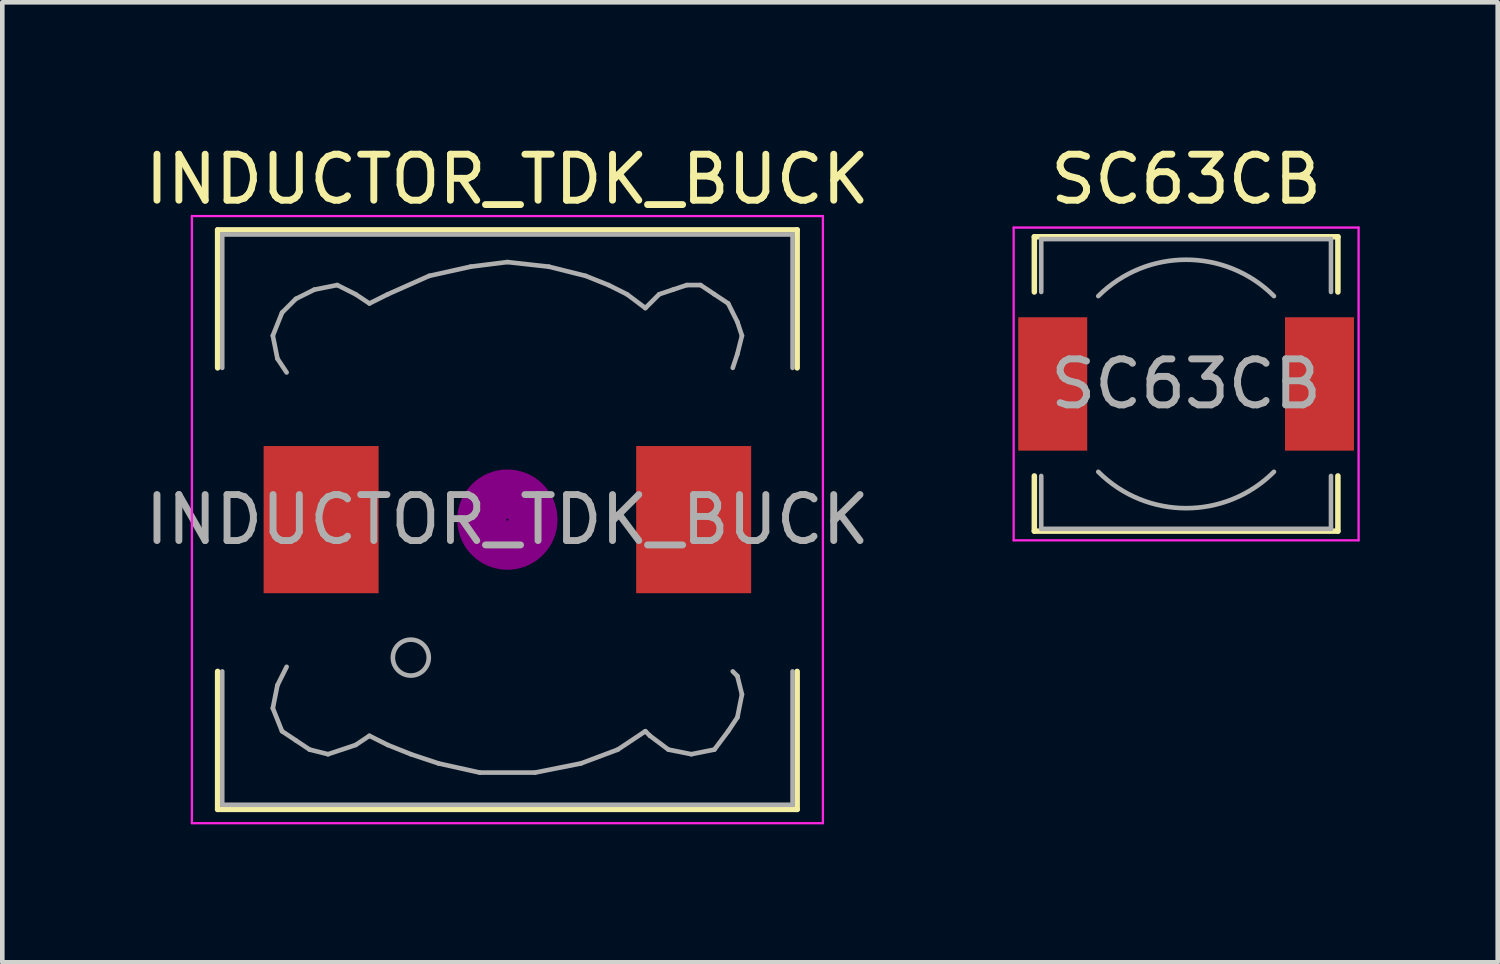
<source format=kicad_pcb>
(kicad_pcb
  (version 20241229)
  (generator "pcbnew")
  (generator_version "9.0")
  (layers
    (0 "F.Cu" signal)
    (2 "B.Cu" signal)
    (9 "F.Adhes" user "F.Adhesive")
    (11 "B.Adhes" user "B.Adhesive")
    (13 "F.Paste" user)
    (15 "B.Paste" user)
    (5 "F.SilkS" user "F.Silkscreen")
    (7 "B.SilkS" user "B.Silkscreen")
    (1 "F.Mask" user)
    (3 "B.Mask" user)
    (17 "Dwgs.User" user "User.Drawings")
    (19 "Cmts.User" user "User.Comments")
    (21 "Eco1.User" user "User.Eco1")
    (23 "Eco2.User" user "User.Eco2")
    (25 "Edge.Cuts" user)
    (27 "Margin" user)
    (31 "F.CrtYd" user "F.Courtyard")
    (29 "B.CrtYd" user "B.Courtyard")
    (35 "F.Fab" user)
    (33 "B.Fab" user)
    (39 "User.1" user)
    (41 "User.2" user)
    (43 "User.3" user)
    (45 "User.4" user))
  (footprint "SC63CB"
    (layer "F.Cu")
    (at 22.739 5.298)
    (property "Reference" "SC63CB" (at 0 -4.45 0) (layer "F.SilkS") (effects (font (size 1 1) (thickness 0.15))))
    (attr smd)
    (fp_line (start -3.3 -3.2) (end 3.3 -3.2) (stroke (width 0.12) (type solid)) (layer "F.SilkS"))
    (fp_line (start -3.3 -2) (end -3.3 -3.2) (stroke (width 0.12) (type solid)) (layer "F.SilkS"))
    (fp_line (start -3.3 3.2) (end -3.3 2) (stroke (width 0.12) (type solid)) (layer "F.SilkS"))
    (fp_line (start 3.3 -3.2) (end 3.3 -2) (stroke (width 0.12) (type solid)) (layer "F.SilkS"))
    (fp_line (start 3.3 2) (end 3.3 3.2) (stroke (width 0.12) (type solid)) (layer "F.SilkS"))
    (fp_line (start 3.3 3.2) (end -3.3 3.2) (stroke (width 0.12) (type solid)) (layer "F.SilkS"))
    (fp_line (start -3.75 -3.4) (end -3.75 3.4) (stroke (width 0.05) (type solid)) (layer "F.CrtYd"))
    (fp_line (start -3.75 3.4) (end 3.75 3.4) (stroke (width 0.05) (type solid)) (layer "F.CrtYd"))
    (fp_line (start 3.75 -3.4) (end -3.75 -3.4) (stroke (width 0.05) (type solid)) (layer "F.CrtYd"))
    (fp_line (start 3.75 3.4) (end 3.75 -3.4) (stroke (width 0.05) (type solid)) (layer "F.CrtYd"))
    (fp_line (start -3.15 -3.15) (end -3.15 -2) (stroke (width 0.1) (type solid)) (layer "F.Fab"))
    (fp_line (start -3.15 -3.15) (end 3.15 -3.15) (stroke (width 0.1) (type solid)) (layer "F.Fab"))
    (fp_line (start -3.15 3.15) (end -3.15 2) (stroke (width 0.1) (type solid)) (layer "F.Fab"))
    (fp_line (start -3.15 3.15) (end 3.15 3.15) (stroke (width 0.1) (type solid)) (layer "F.Fab"))
    (fp_line (start 3.15 -3.15) (end 3.15 -2) (stroke (width 0.1) (type solid)) (layer "F.Fab"))
    (fp_line (start 3.15 3.15) (end 3.15 2) (stroke (width 0.1) (type solid)) (layer "F.Fab"))
    (fp_arc (start -1.91 -1.91) (mid 0 -2.701148) (end 1.91 -1.91) (stroke (width 0.1) (type solid)) (layer "F.Fab"))
    (fp_arc (start 1.91 1.91) (mid 0 2.701148) (end -1.91 1.91) (stroke (width 0.1) (type solid)) (layer "F.Fab"))
    (fp_text user "${REFERENCE}" (at 0 0 0) (layer "F.Fab") (effects (font (size 1 1) (thickness 0.15))))
    (pad "1" smd rect (at -2.9 0) (size 1.5 2.9) (layers "F.Cu" "F.Mask" "F.Paste"))
    (pad "2" smd rect (at 2.9 0) (size 1.5 2.9) (layers "F.Cu" "F.Mask" "F.Paste")))
  (footprint "INDUCTOR_TDK_BUCK"
    (layer "F.Cu")
    (at 7.982 8.248)
    (property "Reference" "INDUCTOR_TDK_BUCK" (at 0 -7.4 0) (layer "F.SilkS") (effects (font (size 1 1) (thickness 0.15))))
    (attr smd)
    (fp_line (start -6.3 -6.3) (end 6.3 -6.3) (stroke (width 0.12) (type solid)) (layer "F.SilkS"))
    (fp_line (start -6.3 -3.3) (end -6.3 -6.3) (stroke (width 0.12) (type solid)) (layer "F.SilkS"))
    (fp_line (start -6.3 6.3) (end -6.3 3.3) (stroke (width 0.12) (type solid)) (layer "F.SilkS"))
    (fp_line (start 6.3 -6.3) (end 6.3 -3.3) (stroke (width 0.12) (type solid)) (layer "F.SilkS"))
    (fp_line (start 6.3 3.3) (end 6.3 6.3) (stroke (width 0.12) (type solid)) (layer "F.SilkS"))
    (fp_line (start 6.3 6.3) (end -6.3 6.3) (stroke (width 0.12) (type solid)) (layer "F.SilkS"))
    (fp_circle (center 0 0) (end 0.15 0.15) (stroke (width 0.38) (type solid)) (fill no) (layer "F.Adhes"))
    (fp_circle (center 0 0) (end 0.55 0) (stroke (width 0.38) (type solid)) (fill no) (layer "F.Adhes"))
    (fp_circle (center 0 0) (end 0.9 0) (stroke (width 0.38) (type solid)) (fill no) (layer "F.Adhes"))
    (fp_line (start -6.86 -6.6) (end 6.86 -6.6) (stroke (width 0.05) (type solid)) (layer "F.CrtYd"))
    (fp_line (start -6.86 6.6) (end -6.86 -6.6) (stroke (width 0.05) (type solid)) (layer "F.CrtYd"))
    (fp_line (start 6.86 -6.6) (end 6.86 6.6) (stroke (width 0.05) (type solid)) (layer "F.CrtYd"))
    (fp_line (start 6.86 6.6) (end -6.86 6.6) (stroke (width 0.05) (type solid)) (layer "F.CrtYd"))
    (fp_line (start -6.2 -6.2) (end -6.2 -3.3) (stroke (width 0.1) (type solid)) (layer "F.Fab"))
    (fp_line (start -6.2 3.3) (end -6.2 6.2) (stroke (width 0.1) (type solid)) (layer "F.Fab"))
    (fp_line (start -6.2 6.2) (end 6.2 6.2) (stroke (width 0.1) (type solid)) (layer "F.Fab"))
    (fp_line (start -5.1 -4) (end -5 -3.5) (stroke (width 0.1) (type solid)) (layer "F.Fab"))
    (fp_line (start -5.1 4.1) (end -5 3.6) (stroke (width 0.1) (type solid)) (layer "F.Fab"))
    (fp_line (start -5 -3.5) (end -4.8 -3.2) (stroke (width 0.1) (type solid)) (layer "F.Fab"))
    (fp_line (start -5 3.6) (end -4.8 3.2) (stroke (width 0.1) (type solid)) (layer "F.Fab"))
    (fp_line (start -4.9 -4.5) (end -5.1 -4) (stroke (width 0.1) (type solid)) (layer "F.Fab"))
    (fp_line (start -4.9 4.6) (end -5.1 4.1) (stroke (width 0.1) (type solid)) (layer "F.Fab"))
    (fp_line (start -4.6 -4.8) (end -4.9 -4.5) (stroke (width 0.1) (type solid)) (layer "F.Fab"))
    (fp_line (start -4.6 4.8) (end -4.9 4.6) (stroke (width 0.1) (type solid)) (layer "F.Fab"))
    (fp_line (start -4.3 5) (end -4.6 4.8) (stroke (width 0.1) (type solid)) (layer "F.Fab"))
    (fp_line (start -4.2 -5) (end -4.6 -4.8) (stroke (width 0.1) (type solid)) (layer "F.Fab"))
    (fp_line (start -3.9 5.1) (end -4.3 5) (stroke (width 0.1) (type solid)) (layer "F.Fab"))
    (fp_line (start -3.7 -5.1) (end -4.2 -5) (stroke (width 0.1) (type solid)) (layer "F.Fab"))
    (fp_line (start -3.3 -4.9) (end -3.7 -5.1) (stroke (width 0.1) (type solid)) (layer "F.Fab"))
    (fp_line (start -3.3 4.9) (end -3.9 5.1) (stroke (width 0.1) (type solid)) (layer "F.Fab"))
    (fp_line (start -3 -4.7) (end -3.3 -4.9) (stroke (width 0.1) (type solid)) (layer "F.Fab"))
    (fp_line (start -3 4.7) (end -3.3 4.9) (stroke (width 0.1) (type solid)) (layer "F.Fab"))
    (fp_line (start -2.6 -4.9) (end -3 -4.7) (stroke (width 0.1) (type solid)) (layer "F.Fab"))
    (fp_line (start -2.6 4.9) (end -3 4.7) (stroke (width 0.1) (type solid)) (layer "F.Fab"))
    (fp_line (start -2.1 5.1) (end -2.6 4.9) (stroke (width 0.1) (type solid)) (layer "F.Fab"))
    (fp_line (start -1.7 -5.3) (end -2.6 -4.9) (stroke (width 0.1) (type solid)) (layer "F.Fab"))
    (fp_line (start -1.5 5.3) (end -2.1 5.1) (stroke (width 0.1) (type solid)) (layer "F.Fab"))
    (fp_line (start -0.8 -5.5) (end -1.7 -5.3) (stroke (width 0.1) (type solid)) (layer "F.Fab"))
    (fp_line (start -0.6 5.5) (end -1.5 5.3) (stroke (width 0.1) (type solid)) (layer "F.Fab"))
    (fp_line (start 0 -5.6) (end -0.8 -5.5) (stroke (width 0.1) (type solid)) (layer "F.Fab"))
    (fp_line (start 0.6 5.5) (end -0.6 5.5) (stroke (width 0.1) (type solid)) (layer "F.Fab"))
    (fp_line (start 0.9 -5.5) (end 0 -5.6) (stroke (width 0.1) (type solid)) (layer "F.Fab"))
    (fp_line (start 1.6 5.3) (end 0.6 5.5) (stroke (width 0.1) (type solid)) (layer "F.Fab"))
    (fp_line (start 1.7 -5.3) (end 0.9 -5.5) (stroke (width 0.1) (type solid)) (layer "F.Fab"))
    (fp_line (start 2.2 -5.1) (end 1.7 -5.3) (stroke (width 0.1) (type solid)) (layer "F.Fab"))
    (fp_line (start 2.4 5) (end 1.6 5.3) (stroke (width 0.1) (type solid)) (layer "F.Fab"))
    (fp_line (start 2.6 -4.9) (end 2.2 -5.1) (stroke (width 0.1) (type solid)) (layer "F.Fab"))
    (fp_line (start 3 -4.6) (end 2.6 -4.9) (stroke (width 0.1) (type solid)) (layer "F.Fab"))
    (fp_line (start 3 4.6) (end 2.4 5) (stroke (width 0.1) (type solid)) (layer "F.Fab"))
    (fp_line (start 3.1 4.7) (end 3 4.6) (stroke (width 0.1) (type solid)) (layer "F.Fab"))
    (fp_line (start 3.3 -4.9) (end 3 -4.6) (stroke (width 0.1) (type solid)) (layer "F.Fab"))
    (fp_line (start 3.5 5) (end 3.1 4.7) (stroke (width 0.1) (type solid)) (layer "F.Fab"))
    (fp_line (start 3.6 -5) (end 3.3 -4.9) (stroke (width 0.1) (type solid)) (layer "F.Fab"))
    (fp_line (start 3.9 -5.1) (end 3.6 -5) (stroke (width 0.1) (type solid)) (layer "F.Fab"))
    (fp_line (start 4 5.1) (end 3.5 5) (stroke (width 0.1) (type solid)) (layer "F.Fab"))
    (fp_line (start 4.2 -5.1) (end 3.9 -5.1) (stroke (width 0.1) (type solid)) (layer "F.Fab"))
    (fp_line (start 4.5 -4.9) (end 4.2 -5.1) (stroke (width 0.1) (type solid)) (layer "F.Fab"))
    (fp_line (start 4.5 5) (end 4 5.1) (stroke (width 0.1) (type solid)) (layer "F.Fab"))
    (fp_line (start 4.8 -4.7) (end 4.5 -4.9) (stroke (width 0.1) (type solid)) (layer "F.Fab"))
    (fp_line (start 4.8 4.6) (end 4.5 5) (stroke (width 0.1) (type solid)) (layer "F.Fab"))
    (fp_line (start 4.9 -3.3) (end 5 -3.6) (stroke (width 0.1) (type solid)) (layer "F.Fab"))
    (fp_line (start 4.9 3.3) (end 5 3.4) (stroke (width 0.1) (type solid)) (layer "F.Fab"))
    (fp_line (start 5 -4.3) (end 4.8 -4.7) (stroke (width 0.1) (type solid)) (layer "F.Fab"))
    (fp_line (start 5 -3.6) (end 5.1 -4) (stroke (width 0.1) (type solid)) (layer "F.Fab"))
    (fp_line (start 5 3.4) (end 5.1 3.8) (stroke (width 0.1) (type solid)) (layer "F.Fab"))
    (fp_line (start 5 4.3) (end 4.8 4.6) (stroke (width 0.1) (type solid)) (layer "F.Fab"))
    (fp_line (start 5.1 -4) (end 5 -4.3) (stroke (width 0.1) (type solid)) (layer "F.Fab"))
    (fp_line (start 5.1 3.8) (end 5 4.3) (stroke (width 0.1) (type solid)) (layer "F.Fab"))
    (fp_line (start 6.2 -6.2) (end -6.2 -6.2) (stroke (width 0.1) (type solid)) (layer "F.Fab"))
    (fp_line (start 6.2 -6.2) (end 6.2 -3.3) (stroke (width 0.1) (type solid)) (layer "F.Fab"))
    (fp_line (start 6.2 6.2) (end 6.2 3.3) (stroke (width 0.1) (type solid)) (layer "F.Fab"))
    (fp_circle (center -2.1 3) (end -1.8 3.25) (stroke (width 0.1) (type solid)) (fill no) (layer "F.Fab"))
    (fp_text user "${REFERENCE}" (at 0 0 0) (layer "F.Fab") (effects (font (size 1 1) (thickness 0.15))))
    (pad "1" smd rect (at -4.05 0) (size 2.5 3.2) (layers "F.Cu" "F.Mask" "F.Paste"))
    (pad "2" smd rect (at 4.05 0) (size 2.5 3.2) (layers "F.Cu" "F.Mask" "F.Paste")))
  (gr_rect
    (start -3 -3)
    (end 29.514 17.873)
    (stroke (width 0.1) (type default))
    (fill no)
    (layer "Edge.Cuts")))
</source>
